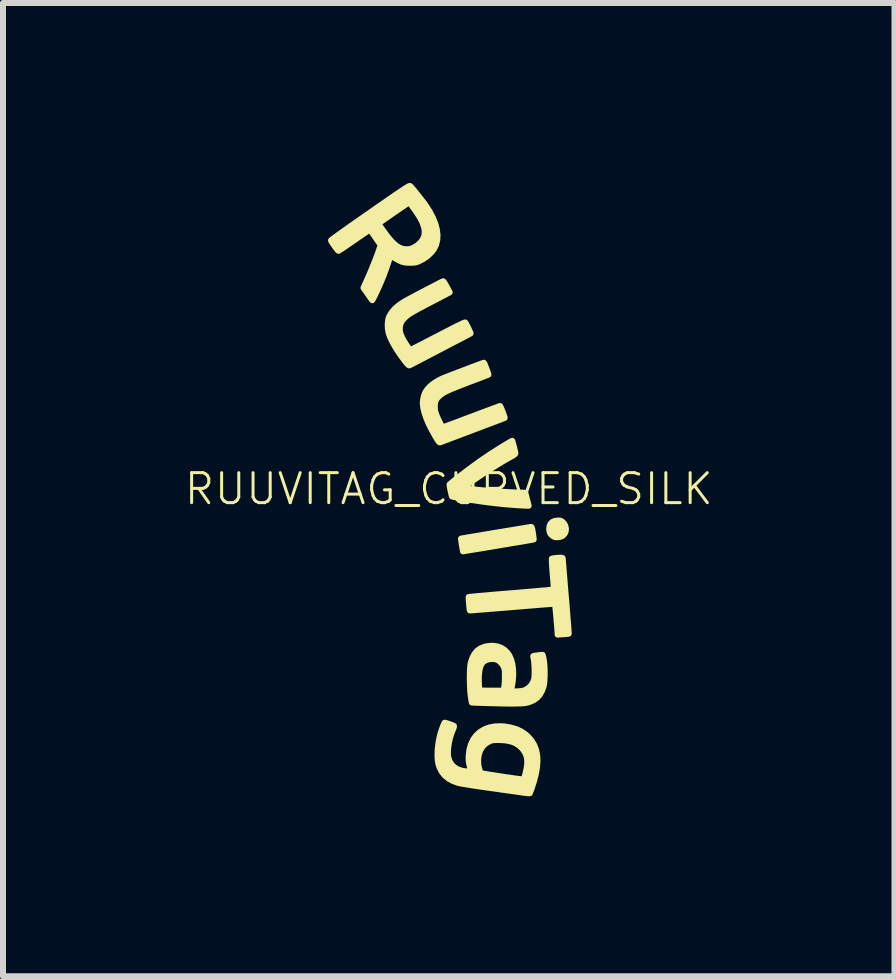
<source format=kicad_pcb>
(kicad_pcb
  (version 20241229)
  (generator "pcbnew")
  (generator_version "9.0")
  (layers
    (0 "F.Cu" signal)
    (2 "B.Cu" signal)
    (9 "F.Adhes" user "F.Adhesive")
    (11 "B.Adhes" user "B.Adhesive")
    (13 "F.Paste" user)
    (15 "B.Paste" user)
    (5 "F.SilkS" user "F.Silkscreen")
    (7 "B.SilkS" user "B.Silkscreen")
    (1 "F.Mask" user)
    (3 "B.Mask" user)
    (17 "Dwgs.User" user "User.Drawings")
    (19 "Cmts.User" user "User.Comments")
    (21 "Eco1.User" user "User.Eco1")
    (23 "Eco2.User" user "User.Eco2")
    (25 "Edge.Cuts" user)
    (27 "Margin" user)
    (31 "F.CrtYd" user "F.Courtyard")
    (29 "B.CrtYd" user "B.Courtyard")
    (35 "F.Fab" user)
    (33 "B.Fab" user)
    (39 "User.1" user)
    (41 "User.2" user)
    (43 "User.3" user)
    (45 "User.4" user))
  (footprint "RUUVITAG_CURVED_SILK"
    (layer "F.Cu")
    (at 4.43 5.1)
    (property "Reference" "RUUVITAG_CURVED_SILK" (at 0 0 0) (layer "F.SilkS") (effects (font (size 0.5 0.5) (thickness 0.05))))
    (attr through_hole)
    (fp_poly (pts (xy 1.953 0.659) (xy 1.951 0.702) (xy 1.937 0.738) (xy 1.912 0.771) (xy 1.881 0.792) (xy 1.84 0.802) (xy 1.821 0.804) (xy 1.789 0.805) (xy 1.767 0.801) (xy 1.748 0.793) (xy 1.739 0.787) (xy 1.706 0.76) (xy 1.686 0.731) (xy 1.677 0.694) (xy 1.675 0.666) (xy 1.681 0.615) (xy 1.7 0.576) (xy 1.731 0.548) (xy 1.775 0.532) (xy 1.809 0.528) (xy 1.841 0.527) (xy 1.863 0.53) (xy 1.882 0.539) (xy 1.89 0.544) (xy 1.922 0.575) (xy 1.943 0.614) (xy 1.953 0.659)) (stroke (width 0.1) (type solid)) (fill yes) (layer "F.SilkS"))
    (fp_poly (pts (xy 1.416 0.842) (xy 1.416 0.842) (xy 1.407 0.844) (xy 1.383 0.849) (xy 1.345 0.855) (xy 1.294 0.864) (xy 1.232 0.875) (xy 1.159 0.887) (xy 1.078 0.9) (xy 0.99 0.915) (xy 0.896 0.931) (xy 0.825 0.943) (xy 0.238 1.04) (xy 0.234 1.018) (xy 0.228 0.988) (xy 0.222 0.952) (xy 0.216 0.915) (xy 0.211 0.88) (xy 0.207 0.852) (xy 0.205 0.833) (xy 0.205 0.828) (xy 0.213 0.826) (xy 0.237 0.822) (xy 0.274 0.816) (xy 0.323 0.807) (xy 0.382 0.797) (xy 0.449 0.786) (xy 0.524 0.774) (xy 0.603 0.76) (xy 0.687 0.746) (xy 0.772 0.732) (xy 0.858 0.718) (xy 0.942 0.704) (xy 1.023 0.691) (xy 1.1 0.678) (xy 1.171 0.666) (xy 1.234 0.656) (xy 1.287 0.647) (xy 1.329 0.64) (xy 1.358 0.636) (xy 1.373 0.633) (xy 1.374 0.633) (xy 1.38 0.637) (xy 1.386 0.649) (xy 1.392 0.673) (xy 1.399 0.711) (xy 1.403 0.736) (xy 1.409 0.775) (xy 1.413 0.809) (xy 1.416 0.832) (xy 1.416 0.842)) (stroke (width 0.1) (type solid)) (fill yes) (layer "F.SilkS"))
    (fp_poly (pts (xy 1.332 0.28) (xy 1.287 0.279) (xy 1.261 0.278) (xy 1.223 0.276) (xy 1.178 0.273) (xy 1.136 0.271) (xy 0.903 0.252) (xy 0.658 0.224) (xy 0.531 0.207) (xy 0.472 0.198) (xy 0.41 0.189) (xy 0.347 0.179) (xy 0.284 0.169) (xy 0.225 0.159) (xy 0.171 0.149) (xy 0.125 0.141) (xy 0.089 0.134) (xy 0.065 0.128) (xy 0.055 0.125) (xy 0.051 0.114) (xy 0.044 0.09) (xy 0.037 0.059) (xy 0.029 0.024) (xy 0.022 -0.011) (xy 0.017 -0.042) (xy 0.014 -0.065) (xy 0.014 -0.075) (xy 0.014 -0.075) (xy 0.072 -0.124) (xy 0.141 -0.179) (xy 0.219 -0.239) (xy 0.302 -0.302) (xy 0.388 -0.366) (xy 0.473 -0.428) (xy 0.555 -0.486) (xy 0.632 -0.538) (xy 0.657 -0.555) (xy 0.705 -0.587) (xy 0.757 -0.62) (xy 0.81 -0.654) (xy 0.863 -0.687) (xy 0.913 -0.718) (xy 0.959 -0.746) (xy 0.998 -0.769) (xy 1.029 -0.787) (xy 1.05 -0.798) (xy 1.059 -0.802) (xy 1.059 -0.802) (xy 1.062 -0.792) (xy 1.068 -0.77) (xy 1.077 -0.739) (xy 1.086 -0.704) (xy 1.095 -0.668) (xy 1.102 -0.635) (xy 1.108 -0.608) (xy 1.111 -0.593) (xy 1.111 -0.592) (xy 1.103 -0.58) (xy 1.081 -0.563) (xy 1.045 -0.542) (xy 0.982 -0.507) (xy 0.908 -0.464) (xy 0.829 -0.416) (xy 0.748 -0.366) (xy 0.669 -0.317) (xy 0.596 -0.27) (xy 0.572 -0.254) (xy 0.518 -0.218) (xy 0.464 -0.181) (xy 0.411 -0.145) (xy 0.362 -0.11) (xy 0.319 -0.08) (xy 0.284 -0.054) (xy 0.257 -0.034) (xy 0.242 -0.022) (xy 0.24 -0.018) (xy 0.247 -0.015) (xy 0.269 -0.01) (xy 0.304 -0.005) (xy 0.351 0.001) (xy 0.408 0.007) (xy 0.474 0.014) (xy 0.545 0.021) (xy 0.621 0.027) (xy 0.699 0.034) (xy 0.779 0.04) (xy 0.858 0.045) (xy 0.934 0.05) (xy 1.006 0.054) (xy 1.072 0.057) (xy 1.098 0.058) (xy 1.276 0.064) (xy 1.298 0.148) (xy 1.308 0.187) (xy 1.317 0.221) (xy 1.324 0.247) (xy 1.326 0.257) (xy 1.332 0.28)) (stroke (width 0.1) (type solid)) (fill yes) (layer "F.SilkS"))
    (fp_poly (pts (xy 2 2.413) (xy 1.991 2.414) (xy 1.969 2.417) (xy 1.936 2.42) (xy 1.906 2.422) (xy 1.815 2.428) (xy 1.815 2.408) (xy 1.814 2.392) (xy 1.812 2.363) (xy 1.809 2.323) (xy 1.805 2.276) (xy 1.8 2.223) (xy 1.796 2.167) (xy 1.791 2.111) (xy 1.786 2.057) (xy 1.781 2.008) (xy 1.777 1.967) (xy 1.774 1.936) (xy 1.772 1.917) (xy 1.771 1.913) (xy 1.763 1.913) (xy 1.738 1.915) (xy 1.699 1.917) (xy 1.647 1.921) (xy 1.584 1.926) (xy 1.509 1.932) (xy 1.425 1.939) (xy 1.333 1.946) (xy 1.234 1.955) (xy 1.129 1.963) (xy 1.061 1.969) (xy 0.954 1.978) (xy 0.851 1.986) (xy 0.754 1.994) (xy 0.665 2.001) (xy 0.584 2.008) (xy 0.514 2.013) (xy 0.454 2.018) (xy 0.407 2.022) (xy 0.374 2.024) (xy 0.355 2.025) (xy 0.352 2.025) (xy 0.349 2.016) (xy 0.347 1.993) (xy 0.343 1.962) (xy 0.34 1.926) (xy 0.337 1.888) (xy 0.334 1.853) (xy 0.333 1.824) (xy 0.332 1.806) (xy 0.333 1.801) (xy 0.342 1.8) (xy 0.366 1.798) (xy 0.405 1.794) (xy 0.457 1.789) (xy 0.521 1.783) (xy 0.596 1.777) (xy 0.68 1.769) (xy 0.772 1.761) (xy 0.871 1.753) (xy 0.976 1.744) (xy 1.043 1.739) (xy 1.151 1.73) (xy 1.254 1.721) (xy 1.35 1.713) (xy 1.439 1.705) (xy 1.52 1.698) (xy 1.59 1.692) (xy 1.65 1.687) (xy 1.697 1.682) (xy 1.73 1.679) (xy 1.749 1.677) (xy 1.752 1.677) (xy 1.752 1.668) (xy 1.751 1.645) (xy 1.748 1.608) (xy 1.745 1.561) (xy 1.74 1.506) (xy 1.735 1.444) (xy 1.733 1.421) (xy 1.728 1.357) (xy 1.724 1.299) (xy 1.721 1.248) (xy 1.719 1.207) (xy 1.718 1.178) (xy 1.718 1.163) (xy 1.719 1.162) (xy 1.73 1.159) (xy 1.754 1.155) (xy 1.787 1.151) (xy 1.813 1.149) (xy 1.853 1.147) (xy 1.879 1.147) (xy 1.894 1.149) (xy 1.899 1.153) (xy 1.9 1.155) (xy 1.9 1.165) (xy 1.902 1.191) (xy 1.905 1.23) (xy 1.91 1.283) (xy 1.915 1.347) (xy 1.921 1.422) (xy 1.928 1.505) (xy 1.935 1.595) (xy 1.943 1.692) (xy 1.951 1.788) (xy 1.96 1.889) (xy 1.968 1.985) (xy 1.975 2.074) (xy 1.981 2.156) (xy 1.987 2.229) (xy 1.992 2.292) (xy 1.996 2.343) (xy 1.998 2.381) (xy 2 2.405) (xy 2 2.413)) (stroke (width 0.1) (type solid)) (fill yes) (layer "F.SilkS"))
    (fp_poly (pts (xy 0.364 -2.592) (xy 0.364 -2.592) (xy 0.356 -2.588) (xy 0.334 -2.576) (xy 0.3 -2.558) (xy 0.255 -2.534) (xy 0.199 -2.505) (xy 0.134 -2.471) (xy 0.062 -2.434) (xy -0.016 -2.393) (xy -0.099 -2.349) (xy -0.14 -2.328) (xy -0.226 -2.283) (xy -0.307 -2.241) (xy -0.383 -2.201) (xy -0.452 -2.165) (xy -0.513 -2.133) (xy -0.565 -2.106) (xy -0.606 -2.085) (xy -0.636 -2.07) (xy -0.652 -2.061) (xy -0.654 -2.06) (xy -0.662 -2.06) (xy -0.673 -2.067) (xy -0.689 -2.083) (xy -0.712 -2.11) (xy -0.736 -2.14) (xy -0.798 -2.223) (xy -0.855 -2.307) (xy -0.905 -2.389) (xy -0.947 -2.466) (xy -0.98 -2.537) (xy -1.001 -2.599) (xy -1.005 -2.611) (xy -1.014 -2.668) (xy -1.017 -2.728) (xy -1.014 -2.788) (xy -1.004 -2.84) (xy -0.994 -2.87) (xy -0.955 -2.937) (xy -0.9 -3.002) (xy -0.83 -3.063) (xy -0.746 -3.12) (xy -0.734 -3.127) (xy -0.713 -3.138) (xy -0.681 -3.156) (xy -0.639 -3.178) (xy -0.59 -3.204) (xy -0.535 -3.234) (xy -0.476 -3.265) (xy -0.415 -3.297) (xy -0.355 -3.328) (xy -0.296 -3.359) (xy -0.241 -3.387) (xy -0.192 -3.413) (xy -0.151 -3.434) (xy -0.12 -3.45) (xy -0.1 -3.459) (xy -0.094 -3.462) (xy -0.087 -3.456) (xy -0.073 -3.437) (xy -0.056 -3.409) (xy -0.036 -3.375) (xy -0.034 -3.371) (xy 0.016 -3.277) (xy -0.273 -3.126) (xy -0.361 -3.08) (xy -0.435 -3.041) (xy -0.497 -3.008) (xy -0.548 -2.98) (xy -0.59 -2.957) (xy -0.624 -2.937) (xy -0.652 -2.919) (xy -0.675 -2.904) (xy -0.694 -2.889) (xy -0.711 -2.875) (xy -0.728 -2.859) (xy -0.729 -2.858) (xy -0.765 -2.82) (xy -0.789 -2.786) (xy -0.804 -2.751) (xy -0.814 -2.708) (xy -0.814 -2.704) (xy -0.816 -2.645) (xy -0.803 -2.583) (xy -0.775 -2.517) (xy -0.76 -2.488) (xy -0.74 -2.455) (xy -0.718 -2.42) (xy -0.695 -2.385) (xy -0.674 -2.355) (xy -0.657 -2.331) (xy -0.645 -2.317) (xy -0.641 -2.315) (xy -0.632 -2.319) (xy -0.61 -2.33) (xy -0.575 -2.348) (xy -0.529 -2.371) (xy -0.473 -2.399) (xy -0.41 -2.432) (xy -0.339 -2.469) (xy -0.262 -2.509) (xy -0.184 -2.549) (xy -0.08 -2.603) (xy 0.009 -2.649) (xy 0.085 -2.688) (xy 0.147 -2.719) (xy 0.197 -2.743) (xy 0.233 -2.76) (xy 0.258 -2.771) (xy 0.272 -2.775) (xy 0.274 -2.775) (xy 0.282 -2.764) (xy 0.294 -2.743) (xy 0.309 -2.714) (xy 0.325 -2.683) (xy 0.34 -2.651) (xy 0.353 -2.623) (xy 0.362 -2.602) (xy 0.364 -2.592)) (stroke (width 0.1) (type solid)) (fill yes) (layer "F.SilkS"))
    (fp_poly (pts (xy 0.932 -1.187) (xy 0.932 -1.184) (xy 0.924 -1.18) (xy 0.901 -1.172) (xy 0.865 -1.158) (xy 0.817 -1.139) (xy 0.758 -1.117) (xy 0.69 -1.091) (xy 0.614 -1.063) (xy 0.531 -1.031) (xy 0.443 -0.998) (xy 0.399 -0.981) (xy 0.308 -0.947) (xy 0.222 -0.915) (xy 0.142 -0.884) (xy 0.068 -0.857) (xy 0.004 -0.832) (xy -0.051 -0.812) (xy -0.094 -0.795) (xy -0.125 -0.784) (xy -0.143 -0.777) (xy -0.145 -0.776) (xy -0.153 -0.777) (xy -0.164 -0.786) (xy -0.179 -0.806) (xy -0.2 -0.838) (xy -0.214 -0.862) (xy -0.279 -0.977) (xy -0.334 -1.085) (xy -0.376 -1.186) (xy -0.407 -1.278) (xy -0.426 -1.362) (xy -0.433 -1.435) (xy -0.433 -1.435) (xy -0.427 -1.491) (xy -0.414 -1.551) (xy -0.393 -1.605) (xy -0.389 -1.613) (xy -0.356 -1.662) (xy -0.309 -1.712) (xy -0.249 -1.76) (xy -0.18 -1.804) (xy -0.11 -1.839) (xy -0.092 -1.847) (xy -0.061 -1.859) (xy -0.019 -1.876) (xy 0.031 -1.895) (xy 0.088 -1.917) (xy 0.15 -1.941) (xy 0.214 -1.965) (xy 0.279 -1.99) (xy 0.342 -2.014) (xy 0.403 -2.037) (xy 0.458 -2.057) (xy 0.505 -2.075) (xy 0.543 -2.089) (xy 0.57 -2.099) (xy 0.584 -2.103) (xy 0.585 -2.103) (xy 0.59 -2.096) (xy 0.6 -2.076) (xy 0.611 -2.048) (xy 0.624 -2.015) (xy 0.637 -1.98) (xy 0.649 -1.948) (xy 0.657 -1.923) (xy 0.661 -1.907) (xy 0.661 -1.905) (xy 0.652 -1.901) (xy 0.63 -1.892) (xy 0.595 -1.879) (xy 0.549 -1.861) (xy 0.495 -1.84) (xy 0.434 -1.817) (xy 0.367 -1.792) (xy 0.36 -1.79) (xy 0.259 -1.751) (xy 0.172 -1.717) (xy 0.098 -1.688) (xy 0.036 -1.662) (xy -0.016 -1.639) (xy -0.058 -1.618) (xy -0.093 -1.598) (xy -0.121 -1.58) (xy -0.144 -1.562) (xy -0.151 -1.556) (xy -0.189 -1.518) (xy -0.213 -1.483) (xy -0.227 -1.445) (xy -0.232 -1.398) (xy -0.232 -1.374) (xy -0.231 -1.336) (xy -0.228 -1.305) (xy -0.22 -1.275) (xy -0.207 -1.238) (xy -0.202 -1.224) (xy -0.186 -1.188) (xy -0.169 -1.149) (xy -0.15 -1.111) (xy -0.133 -1.076) (xy -0.118 -1.049) (xy -0.106 -1.031) (xy -0.101 -1.026) (xy -0.093 -1.029) (xy -0.07 -1.038) (xy -0.034 -1.051) (xy 0.014 -1.069) (xy 0.072 -1.09) (xy 0.139 -1.115) (xy 0.214 -1.143) (xy 0.294 -1.174) (xy 0.376 -1.204) (xy 0.461 -1.236) (xy 0.541 -1.267) (xy 0.616 -1.294) (xy 0.683 -1.319) (xy 0.741 -1.341) (xy 0.788 -1.358) (xy 0.824 -1.372) (xy 0.847 -1.38) (xy 0.855 -1.382) (xy 0.86 -1.375) (xy 0.87 -1.355) (xy 0.882 -1.327) (xy 0.895 -1.294) (xy 0.908 -1.26) (xy 0.92 -1.228) (xy 0.928 -1.202) (xy 0.932 -1.187)) (stroke (width 0.1) (type solid)) (fill yes) (layer "F.SilkS"))
    (fp_poly (pts (xy 1.599 3.069) (xy 1.598 3.133) (xy 1.595 3.191) (xy 1.591 3.241) (xy 1.584 3.279) (xy 1.584 3.282) (xy 1.556 3.362) (xy 1.519 3.428) (xy 1.473 3.481) (xy 1.416 3.521) (xy 1.346 3.551) (xy 1.291 3.566) (xy 1.262 3.57) (xy 1.224 3.574) (xy 1.176 3.576) (xy 1.115 3.577) (xy 1.042 3.578) (xy 0.955 3.577) (xy 0.936 3.577) (xy 0.936 3.138) (xy 0.936 3.088) (xy 0.935 3.05) (xy 0.933 3.023) (xy 0.929 3) (xy 0.923 2.98) (xy 0.918 2.967) (xy 0.892 2.921) (xy 0.858 2.882) (xy 0.818 2.853) (xy 0.787 2.841) (xy 0.738 2.833) (xy 0.686 2.836) (xy 0.637 2.848) (xy 0.594 2.868) (xy 0.562 2.895) (xy 0.561 2.897) (xy 0.535 2.941) (xy 0.516 3) (xy 0.505 3.073) (xy 0.5 3.159) (xy 0.503 3.256) (xy 0.504 3.277) (xy 0.51 3.358) (xy 0.588 3.361) (xy 0.627 3.362) (xy 0.676 3.363) (xy 0.731 3.363) (xy 0.784 3.363) (xy 0.788 3.363) (xy 0.91 3.363) (xy 0.923 3.312) (xy 0.93 3.273) (xy 0.934 3.219) (xy 0.936 3.152) (xy 0.936 3.138) (xy 0.936 3.577) (xy 0.855 3.575) (xy 0.738 3.572) (xy 0.624 3.569) (xy 0.563 3.567) (xy 0.507 3.565) (xy 0.459 3.564) (xy 0.422 3.562) (xy 0.396 3.561) (xy 0.386 3.56) (xy 0.385 3.56) (xy 0.383 3.551) (xy 0.379 3.529) (xy 0.374 3.497) (xy 0.368 3.46) (xy 0.362 3.411) (xy 0.357 3.351) (xy 0.354 3.284) (xy 0.352 3.214) (xy 0.351 3.142) (xy 0.352 3.074) (xy 0.354 3.011) (xy 0.358 2.957) (xy 0.363 2.915) (xy 0.367 2.898) (xy 0.394 2.817) (xy 0.429 2.751) (xy 0.473 2.698) (xy 0.527 2.659) (xy 0.592 2.632) (xy 0.648 2.62) (xy 0.73 2.614) (xy 0.806 2.624) (xy 0.874 2.648) (xy 0.934 2.686) (xy 0.984 2.738) (xy 1.01 2.777) (xy 1.04 2.844) (xy 1.061 2.922) (xy 1.072 3.01) (xy 1.075 3.104) (xy 1.067 3.203) (xy 1.052 3.293) (xy 1.045 3.329) (xy 1.042 3.352) (xy 1.042 3.365) (xy 1.046 3.372) (xy 1.049 3.373) (xy 1.062 3.374) (xy 1.088 3.375) (xy 1.122 3.375) (xy 1.148 3.374) (xy 1.201 3.37) (xy 1.241 3.363) (xy 1.272 3.353) (xy 1.273 3.353) (xy 1.33 3.318) (xy 1.376 3.272) (xy 1.409 3.215) (xy 1.425 3.164) (xy 1.429 3.135) (xy 1.431 3.092) (xy 1.432 3.042) (xy 1.431 2.988) (xy 1.428 2.934) (xy 1.424 2.885) (xy 1.419 2.846) (xy 1.416 2.834) (xy 1.411 2.809) (xy 1.409 2.791) (xy 1.409 2.786) (xy 1.419 2.783) (xy 1.44 2.779) (xy 1.469 2.775) (xy 1.501 2.771) (xy 1.53 2.768) (xy 1.553 2.766) (xy 1.565 2.766) (xy 1.565 2.767) (xy 1.568 2.776) (xy 1.574 2.798) (xy 1.58 2.828) (xy 1.583 2.842) (xy 1.59 2.887) (xy 1.595 2.942) (xy 1.598 3.004) (xy 1.599 3.069)) (stroke (width 0.1) (type solid)) (fill yes) (layer "F.SilkS"))
    (fp_poly (pts (xy 1.479 4.531) (xy 1.472 4.636) (xy 1.452 4.75) (xy 1.42 4.874) (xy 1.382 4.992) (xy 1.37 5.025) (xy 1.359 5.052) (xy 1.352 5.069) (xy 1.35 5.072) (xy 1.34 5.073) (xy 1.316 5.071) (xy 1.308 5.07) (xy 1.308 4.517) (xy 1.297 4.455) (xy 1.275 4.399) (xy 1.241 4.347) (xy 1.219 4.32) (xy 1.165 4.272) (xy 1.104 4.234) (xy 1.034 4.208) (xy 0.953 4.192) (xy 0.86 4.185) (xy 0.84 4.185) (xy 0.793 4.185) (xy 0.758 4.187) (xy 0.733 4.189) (xy 0.713 4.193) (xy 0.693 4.2) (xy 0.672 4.21) (xy 0.612 4.246) (xy 0.564 4.295) (xy 0.527 4.354) (xy 0.502 4.423) (xy 0.49 4.499) (xy 0.492 4.583) (xy 0.493 4.592) (xy 0.5 4.634) (xy 0.509 4.674) (xy 0.521 4.708) (xy 0.532 4.732) (xy 0.536 4.737) (xy 0.545 4.739) (xy 0.569 4.744) (xy 0.606 4.75) (xy 0.652 4.758) (xy 0.707 4.767) (xy 0.768 4.776) (xy 0.833 4.786) (xy 0.9 4.796) (xy 0.966 4.806) (xy 1.029 4.815) (xy 1.088 4.824) (xy 1.14 4.831) (xy 1.182 4.836) (xy 1.213 4.84) (xy 1.23 4.841) (xy 1.24 4.841) (xy 1.248 4.836) (xy 1.255 4.824) (xy 1.262 4.802) (xy 1.273 4.767) (xy 1.275 4.759) (xy 1.297 4.667) (xy 1.308 4.588) (xy 1.308 4.517) (xy 1.308 5.07) (xy 1.283 5.068) (xy 1.243 5.063) (xy 1.238 5.062) (xy 1.209 5.058) (xy 1.165 5.051) (xy 1.109 5.043) (xy 1.042 5.034) (xy 0.966 5.023) (xy 0.883 5.012) (xy 0.796 4.999) (xy 0.707 4.987) (xy 0.678 4.983) (xy 0.59 4.97) (xy 0.505 4.958) (xy 0.425 4.946) (xy 0.353 4.935) (xy 0.289 4.924) (xy 0.236 4.916) (xy 0.195 4.908) (xy 0.168 4.903) (xy 0.162 4.902) (xy 0.072 4.869) (xy -0.005 4.827) (xy -0.069 4.774) (xy -0.119 4.71) (xy -0.156 4.636) (xy -0.174 4.578) (xy -0.184 4.516) (xy -0.187 4.442) (xy -0.185 4.36) (xy -0.177 4.275) (xy -0.164 4.19) (xy -0.146 4.109) (xy -0.143 4.097) (xy -0.132 4.059) (xy -0.119 4.019) (xy -0.105 3.98) (xy -0.091 3.944) (xy -0.079 3.917) (xy -0.071 3.9) (xy -0.068 3.897) (xy -0.058 3.898) (xy -0.037 3.904) (xy -0.008 3.913) (xy 0.023 3.924) (xy 0.052 3.935) (xy 0.075 3.944) (xy 0.087 3.951) (xy 0.087 3.951) (xy 0.087 3.962) (xy 0.081 3.983) (xy 0.07 4.011) (xy 0.068 4.016) (xy 0.041 4.084) (xy 0.019 4.158) (xy 0.002 4.235) (xy -0.009 4.311) (xy -0.014 4.382) (xy -0.013 4.443) (xy -0.01 4.463) (xy 0.01 4.531) (xy 0.043 4.589) (xy 0.088 4.636) (xy 0.146 4.672) (xy 0.208 4.694) (xy 0.227 4.698) (xy 0.254 4.703) (xy 0.286 4.708) (xy 0.319 4.713) (xy 0.347 4.717) (xy 0.366 4.719) (xy 0.373 4.719) (xy 0.371 4.71) (xy 0.366 4.689) (xy 0.359 4.657) (xy 0.351 4.625) (xy 0.34 4.579) (xy 0.334 4.542) (xy 0.332 4.507) (xy 0.332 4.467) (xy 0.333 4.444) (xy 0.345 4.344) (xy 0.371 4.255) (xy 0.409 4.176) (xy 0.459 4.108) (xy 0.52 4.052) (xy 0.592 4.008) (xy 0.674 3.977) (xy 0.766 3.959) (xy 0.866 3.955) (xy 0.937 3.96) (xy 1.042 3.979) (xy 1.135 4.007) (xy 1.217 4.047) (xy 1.289 4.098) (xy 1.328 4.134) (xy 1.383 4.199) (xy 1.426 4.271) (xy 1.456 4.35) (xy 1.474 4.436) (xy 1.479 4.531)) (stroke (width 0.1) (type solid)) (fill yes) (layer "F.SilkS"))
    (fp_poly (pts (xy -0.187 -4.233) (xy -0.192 -4.149) (xy -0.211 -4.071) (xy -0.245 -4.001) (xy -0.246 -3.999) (xy -0.294 -3.938) (xy -0.355 -3.881) (xy -0.401 -3.849) (xy -0.401 -4.252) (xy -0.401 -4.309) (xy -0.413 -4.37) (xy -0.437 -4.438) (xy -0.458 -4.482) (xy -0.474 -4.512) (xy -0.495 -4.548) (xy -0.521 -4.588) (xy -0.549 -4.63) (xy -0.577 -4.67) (xy -0.604 -4.707) (xy -0.627 -4.739) (xy -0.647 -4.762) (xy -0.659 -4.774) (xy -0.662 -4.775) (xy -0.67 -4.77) (xy -0.691 -4.757) (xy -0.721 -4.737) (xy -0.759 -4.711) (xy -0.804 -4.681) (xy -0.852 -4.648) (xy -0.903 -4.613) (xy -0.954 -4.577) (xy -1.004 -4.543) (xy -1.05 -4.511) (xy -1.091 -4.482) (xy -1.124 -4.459) (xy -1.148 -4.442) (xy -1.16 -4.432) (xy -1.161 -4.431) (xy -1.165 -4.423) (xy -1.163 -4.412) (xy -1.153 -4.393) (xy -1.136 -4.366) (xy -1.074 -4.279) (xy -1.019 -4.205) (xy -0.969 -4.145) (xy -0.922 -4.096) (xy -0.879 -4.059) (xy -0.861 -4.045) (xy -0.814 -4.018) (xy -0.769 -4.002) (xy -0.717 -3.995) (xy -0.701 -3.995) (xy -0.665 -3.996) (xy -0.635 -4.002) (xy -0.605 -4.013) (xy -0.588 -4.021) (xy -0.523 -4.06) (xy -0.471 -4.107) (xy -0.432 -4.159) (xy -0.408 -4.216) (xy -0.401 -4.252) (xy -0.401 -3.849) (xy -0.426 -3.832) (xy -0.504 -3.792) (xy -0.509 -3.79) (xy -0.537 -3.78) (xy -0.566 -3.774) (xy -0.602 -3.771) (xy -0.64 -3.77) (xy -0.697 -3.772) (xy -0.746 -3.778) (xy -0.791 -3.791) (xy -0.838 -3.813) (xy -0.892 -3.843) (xy -0.895 -3.845) (xy -0.971 -3.891) (xy -1.01 -3.771) (xy -1.046 -3.666) (xy -1.082 -3.568) (xy -1.121 -3.471) (xy -1.155 -3.393) (xy -1.174 -3.351) (xy -1.194 -3.307) (xy -1.215 -3.263) (xy -1.234 -3.223) (xy -1.251 -3.188) (xy -1.265 -3.163) (xy -1.273 -3.148) (xy -1.275 -3.146) (xy -1.28 -3.153) (xy -1.294 -3.171) (xy -1.313 -3.198) (xy -1.337 -3.232) (xy -1.349 -3.25) (xy -1.421 -3.353) (xy -1.364 -3.478) (xy -1.338 -3.537) (xy -1.309 -3.605) (xy -1.278 -3.678) (xy -1.248 -3.753) (xy -1.219 -3.826) (xy -1.193 -3.894) (xy -1.172 -3.953) (xy -1.157 -3.995) (xy -1.134 -4.067) (xy -1.221 -4.192) (xy -1.249 -4.232) (xy -1.274 -4.268) (xy -1.294 -4.296) (xy -1.308 -4.314) (xy -1.313 -4.32) (xy -1.321 -4.316) (xy -1.342 -4.304) (xy -1.373 -4.284) (xy -1.413 -4.257) (xy -1.461 -4.224) (xy -1.514 -4.188) (xy -1.572 -4.147) (xy -1.573 -4.147) (xy -1.632 -4.106) (xy -1.686 -4.069) (xy -1.734 -4.036) (xy -1.775 -4.009) (xy -1.807 -3.988) (xy -1.829 -3.974) (xy -1.838 -3.969) (xy -1.838 -3.969) (xy -1.846 -3.976) (xy -1.861 -3.993) (xy -1.88 -4.018) (xy -1.902 -4.048) (xy -1.923 -4.078) (xy -1.942 -4.106) (xy -1.956 -4.129) (xy -1.962 -4.143) (xy -1.962 -4.143) (xy -1.956 -4.15) (xy -1.936 -4.165) (xy -1.904 -4.189) (xy -1.861 -4.22) (xy -1.809 -4.258) (xy -1.747 -4.302) (xy -1.676 -4.352) (xy -1.599 -4.407) (xy -1.515 -4.465) (xy -1.427 -4.527) (xy -1.333 -4.592) (xy -1.31 -4.608) (xy -1.2 -4.685) (xy -1.103 -4.752) (xy -1.018 -4.811) (xy -0.945 -4.862) (xy -0.882 -4.905) (xy -0.828 -4.941) (xy -0.784 -4.971) (xy -0.747 -4.996) (xy -0.718 -5.014) (xy -0.695 -5.029) (xy -0.677 -5.039) (xy -0.664 -5.046) (xy -0.655 -5.049) (xy -0.649 -5.05) (xy -0.644 -5.049) (xy -0.642 -5.048) (xy -0.627 -5.032) (xy -0.604 -5.006) (xy -0.575 -4.972) (xy -0.542 -4.931) (xy -0.507 -4.887) (xy -0.472 -4.843) (xy -0.439 -4.801) (xy -0.411 -4.763) (xy -0.388 -4.732) (xy -0.387 -4.73) (xy -0.318 -4.622) (xy -0.263 -4.518) (xy -0.223 -4.418) (xy -0.198 -4.323) (xy -0.187 -4.233)) (stroke (width 0.1) (type solid)) (fill yes) (layer "F.SilkS")))
  (gr_rect
    (start -3 -3)
    (end 11.86 13.223)
    (stroke (width 0.1) (type default))
    (fill no)
    (layer "Edge.Cuts")))
</source>
